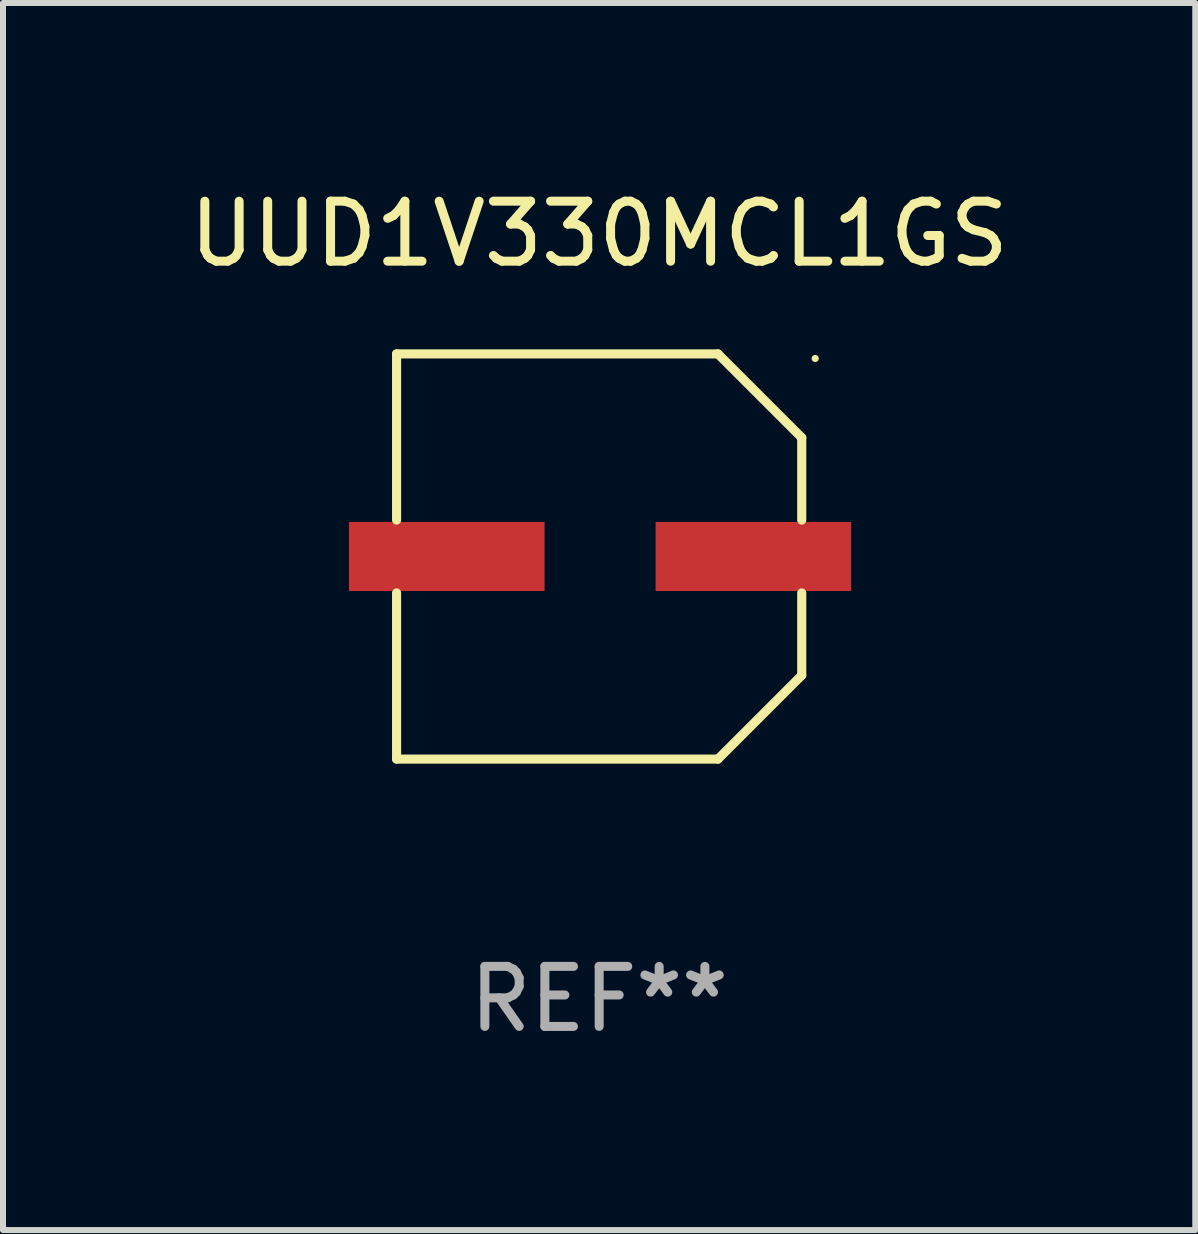
<source format=kicad_pcb>
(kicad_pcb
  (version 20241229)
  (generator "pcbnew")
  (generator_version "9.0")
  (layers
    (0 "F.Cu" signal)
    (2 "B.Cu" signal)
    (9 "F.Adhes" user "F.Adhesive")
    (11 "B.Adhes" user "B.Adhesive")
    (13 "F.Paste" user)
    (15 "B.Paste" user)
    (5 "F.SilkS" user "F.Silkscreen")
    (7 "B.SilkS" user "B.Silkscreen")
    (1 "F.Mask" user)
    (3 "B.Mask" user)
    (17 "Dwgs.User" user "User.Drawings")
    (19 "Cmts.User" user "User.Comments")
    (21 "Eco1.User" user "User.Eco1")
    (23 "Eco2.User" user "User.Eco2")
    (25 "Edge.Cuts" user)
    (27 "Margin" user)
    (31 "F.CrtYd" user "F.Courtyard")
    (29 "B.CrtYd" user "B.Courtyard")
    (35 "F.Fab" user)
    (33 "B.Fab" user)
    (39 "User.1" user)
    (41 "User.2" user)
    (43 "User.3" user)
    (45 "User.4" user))
  (footprint "UUD1V330MCL1GS"
    (layer "F.Cu")
    (at 6.935 6.224)
    (property "Reference" "UUD1V330MCL1GS" (at 0 -5.376 0) (layer "F.SilkS") (effects (font (size 1 1) (thickness 0.15))))
    (attr through_hole)
    (fp_line (start -3.376 -3.376) (end 1.98 -3.376) (stroke (width 0.152) (type solid)) (layer "F.SilkS"))
    (fp_line (start -3.376 -0.607) (end -3.376 -3.376) (stroke (width 0.152) (type solid)) (layer "F.SilkS"))
    (fp_line (start -3.376 0.607) (end -3.376 3.376) (stroke (width 0.152) (type solid)) (layer "F.SilkS"))
    (fp_line (start -3.376 3.376) (end 1.98 3.376) (stroke (width 0.152) (type solid)) (layer "F.SilkS"))
    (fp_line (start 1.98 -3.376) (end 3.376 -1.98) (stroke (width 0.152) (type solid)) (layer "F.SilkS"))
    (fp_line (start 1.98 3.376) (end 3.376 1.98) (stroke (width 0.152) (type solid)) (layer "F.SilkS"))
    (fp_line (start 3.376 -1.98) (end 3.376 -0.607) (stroke (width 0.152) (type solid)) (layer "F.SilkS"))
    (fp_line (start 3.376 1.98) (end 3.376 0.607) (stroke (width 0.152) (type solid)) (layer "F.SilkS"))
    (fp_circle (center 3.6 -3.3) (end 3.63 -3.3) (stroke (width 0.06) (type solid)) (fill no) (layer "F.SilkS"))
    (fp_text user "REF**" (at 0 7.376 0) (layer "F.Fab") (effects (font (size 1 1) (thickness 0.15))))
    (pad "1" smd rect (at 2.57 0 180) (size 3.26 1.15) (layers "F.Cu" "F.Mask" "F.Paste"))
    (pad "2" smd rect (at -2.54 0 180) (size 3.26 1.15) (layers "F.Cu" "F.Mask" "F.Paste")))
  (gr_rect
    (start -3 -3)
    (end 16.869 17.449)
    (stroke (width 0.1) (type default))
    (fill no)
    (layer "Edge.Cuts")))
</source>
